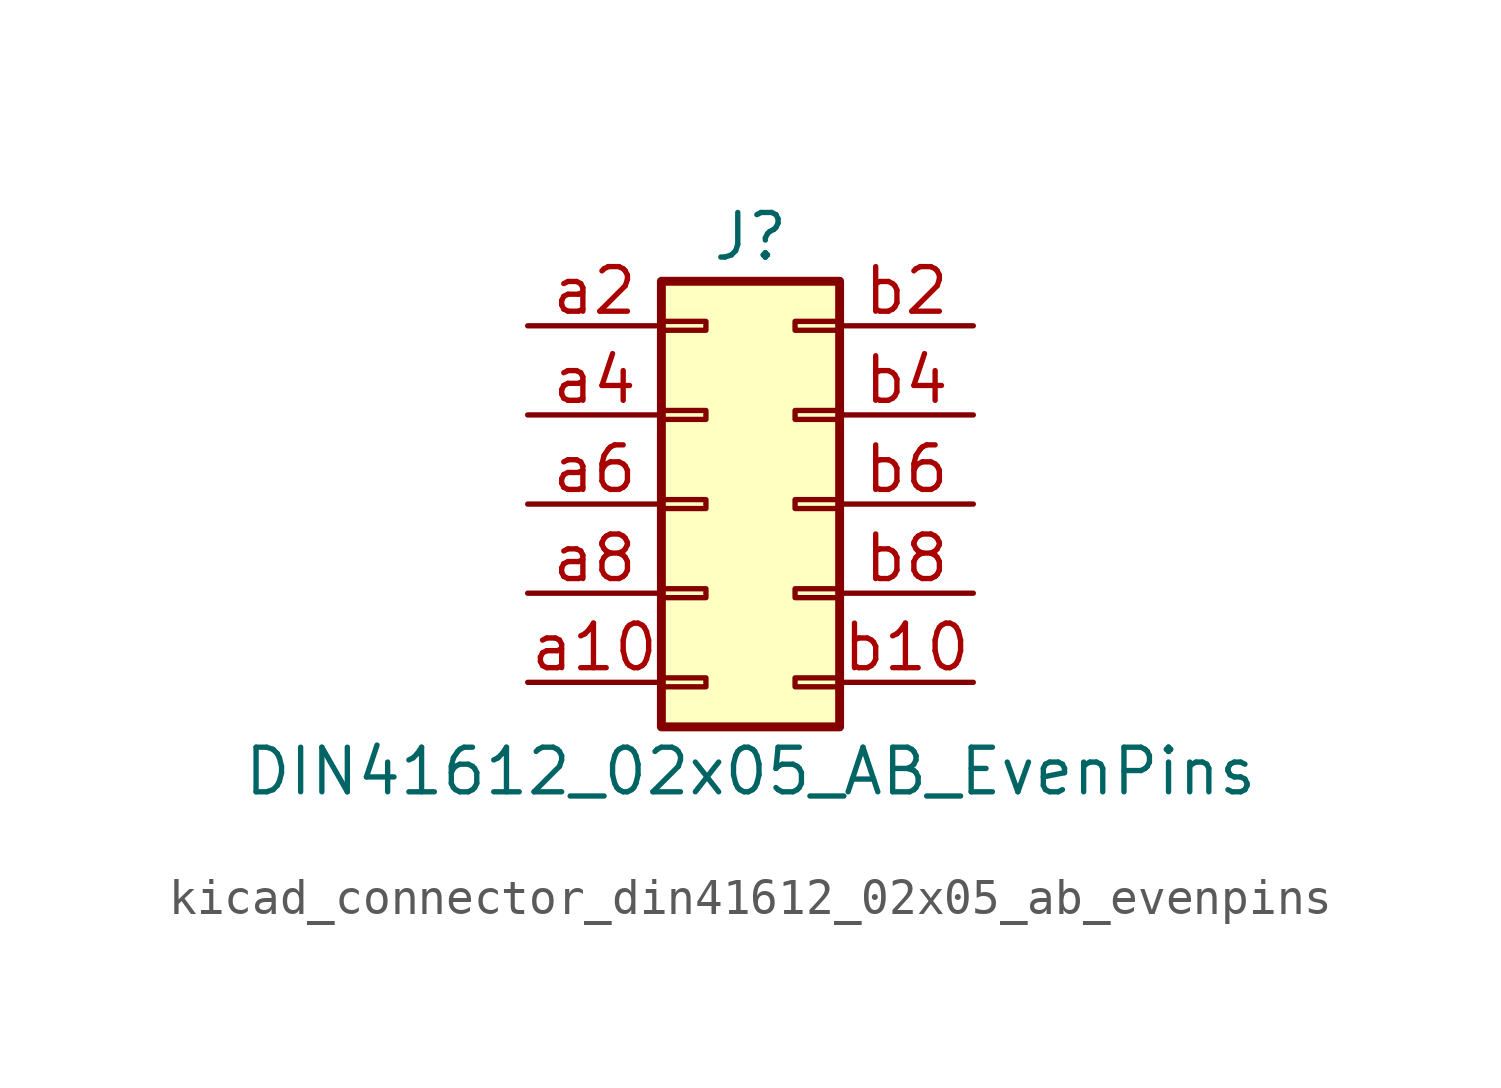
<source format=kicad_sym>
(kicad_symbol_lib
  (version 20220914)
  (generator kicad_symbol_editor)
  (symbol "kicad_connector_din41612_02x05_ab_evenpins"
    (pin_names
      (offset 1.016) hide)
    (property "Reference" "J"
      (at 1.27 7.62 0)
      (effects (font (size 1.27 1.27))))
    (property "Value" "DIN41612_02x05_AB_EvenPins"
      (at 1.27 -7.62 0)
      (effects (font (size 1.27 1.27))))
    (symbol "kicad_connector_din41612_02x05_ab_evenpins_1_1"
      (rectangle (start -1.27 -4.953) (end 0 -5.207) (stroke (width 0.152) (type default)) (fill (type none)))
      (rectangle (start -1.27 -2.413) (end 0 -2.667) (stroke (width 0.152) (type default)) (fill (type none)))
      (rectangle (start -1.27 0.127) (end 0 -0.127) (stroke (width 0.152) (type default)) (fill (type none)))
      (rectangle (start -1.27 2.667) (end 0 2.413) (stroke (width 0.152) (type default)) (fill (type none)))
      (rectangle (start -1.27 5.207) (end 0 4.953) (stroke (width 0.152) (type default)) (fill (type none)))
      (rectangle (start -1.27 6.35) (end 3.81 -6.35) (stroke (width 0.254) (type default)) (fill (type background)))
      (rectangle (start 3.81 -4.953) (end 2.54 -5.207) (stroke (width 0.152) (type default)) (fill (type none)))
      (rectangle (start 3.81 -2.413) (end 2.54 -2.667) (stroke (width 0.152) (type default)) (fill (type none)))
      (rectangle (start 3.81 0.127) (end 2.54 -0.127) (stroke (width 0.152) (type default)) (fill (type none)))
      (rectangle (start 3.81 2.667) (end 2.54 2.413) (stroke (width 0.152) (type default)) (fill (type none)))
      (rectangle (start 3.81 5.207) (end 2.54 4.953) (stroke (width 0.152) (type default)) (fill (type none)))
      (pin passive line (at -5.08 -5.08 0) (length 3.81) (name "Pin_a10" (effects (font (size 1.27 1.27)))) (number "a10" (effects (font (size 1.27 1.27)))))
      (pin passive line (at -5.08 5.08 0) (length 3.81) (name "Pin_a2" (effects (font (size 1.27 1.27)))) (number "a2" (effects (font (size 1.27 1.27)))))
      (pin passive line (at -5.08 2.54 0) (length 3.81) (name "Pin_a4" (effects (font (size 1.27 1.27)))) (number "a4" (effects (font (size 1.27 1.27)))))
      (pin passive line (at -5.08 0 0) (length 3.81) (name "Pin_a6" (effects (font (size 1.27 1.27)))) (number "a6" (effects (font (size 1.27 1.27)))))
      (pin passive line (at -5.08 -2.54 0) (length 3.81) (name "Pin_a8" (effects (font (size 1.27 1.27)))) (number "a8" (effects (font (size 1.27 1.27)))))
      (pin passive line (at 7.62 -5.08 180) (length 3.81) (name "Pin_b10" (effects (font (size 1.27 1.27)))) (number "b10" (effects (font (size 1.27 1.27)))))
      (pin passive line (at 7.62 5.08 180) (length 3.81) (name "Pin_b2" (effects (font (size 1.27 1.27)))) (number "b2" (effects (font (size 1.27 1.27)))))
      (pin passive line (at 7.62 2.54 180) (length 3.81) (name "Pin_b4" (effects (font (size 1.27 1.27)))) (number "b4" (effects (font (size 1.27 1.27)))))
      (pin passive line (at 7.62 0 180) (length 3.81) (name "Pin_b6" (effects (font (size 1.27 1.27)))) (number "b6" (effects (font (size 1.27 1.27)))))
      (pin passive line (at 7.62 -2.54 180) (length 3.81) (name "Pin_b8" (effects (font (size 1.27 1.27)))) (number "b8" (effects (font (size 1.27 1.27))))))))
</source>
